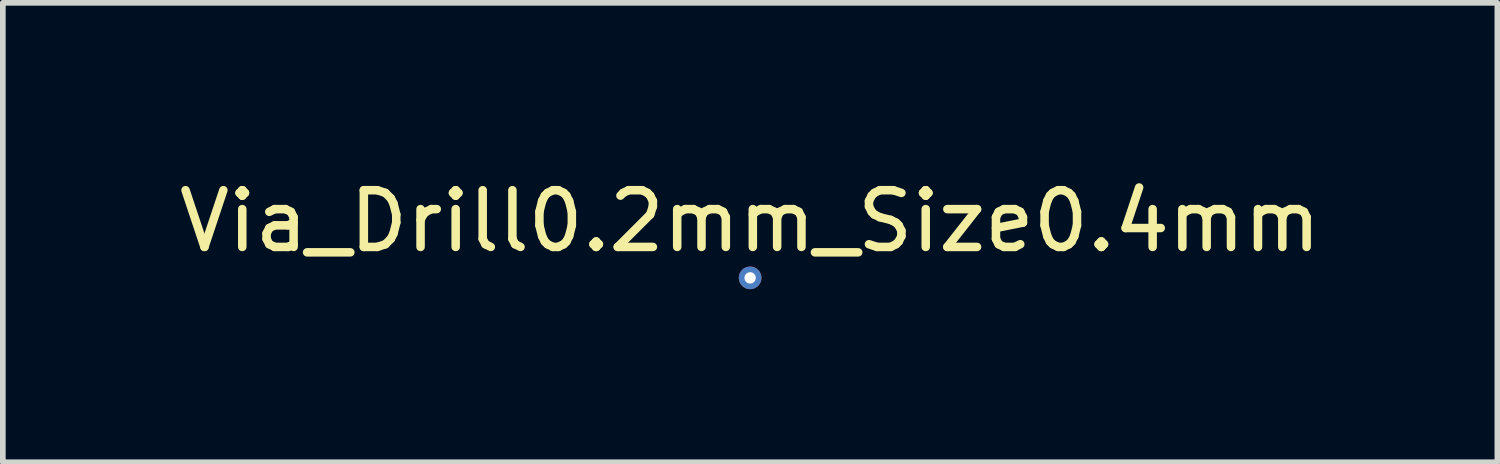
<source format=kicad_pcb>
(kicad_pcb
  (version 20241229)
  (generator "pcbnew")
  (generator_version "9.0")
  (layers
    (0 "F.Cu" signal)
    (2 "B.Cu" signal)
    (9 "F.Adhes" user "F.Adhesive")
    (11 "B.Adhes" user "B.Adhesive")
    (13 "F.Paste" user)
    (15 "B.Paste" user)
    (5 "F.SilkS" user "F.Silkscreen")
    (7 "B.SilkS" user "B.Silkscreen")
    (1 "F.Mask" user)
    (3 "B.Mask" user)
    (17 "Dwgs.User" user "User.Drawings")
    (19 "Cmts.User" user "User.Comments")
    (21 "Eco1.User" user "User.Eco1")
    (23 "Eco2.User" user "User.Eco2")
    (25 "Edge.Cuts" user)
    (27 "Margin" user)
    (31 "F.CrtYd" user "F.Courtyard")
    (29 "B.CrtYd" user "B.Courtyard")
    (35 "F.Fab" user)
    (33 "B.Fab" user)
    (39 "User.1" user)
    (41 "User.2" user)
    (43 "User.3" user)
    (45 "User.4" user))
  (footprint "Via_Drill0.2mm_Size0.4mm"
    (layer "F.Cu")
    (at 10.173 1.848)
    (property "Reference" "Via_Drill0.2mm_Size0.4mm" (at 0 -1 0) (layer "F.SilkS") (effects (font (size 1 1) (thickness 0.15))))
    (attr through_hole)
    (pad "1" thru_hole circle (at 0 0) (size 0.4 0.4) (drill 0.2) (layers "*.Cu" "*.Mask")))
  (gr_rect
    (start -3 -3)
    (end 23.345 5.098)
    (stroke (width 0.1) (type default))
    (fill no)
    (layer "Edge.Cuts")))
</source>
